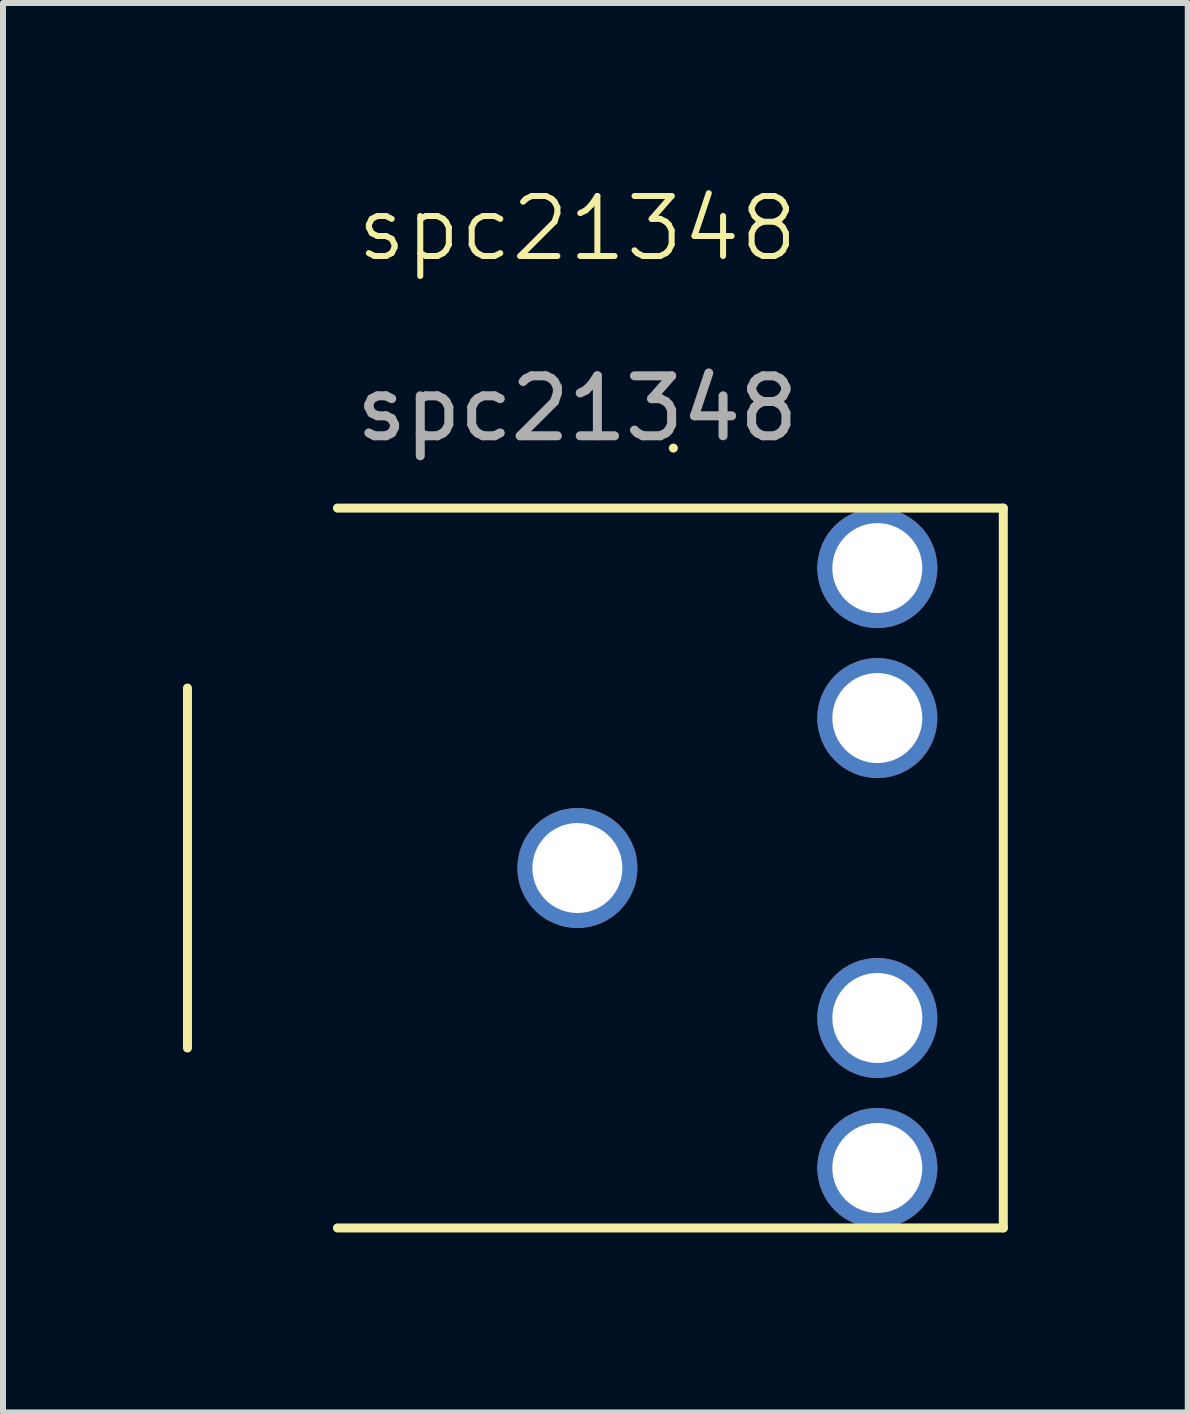
<source format=kicad_pcb>
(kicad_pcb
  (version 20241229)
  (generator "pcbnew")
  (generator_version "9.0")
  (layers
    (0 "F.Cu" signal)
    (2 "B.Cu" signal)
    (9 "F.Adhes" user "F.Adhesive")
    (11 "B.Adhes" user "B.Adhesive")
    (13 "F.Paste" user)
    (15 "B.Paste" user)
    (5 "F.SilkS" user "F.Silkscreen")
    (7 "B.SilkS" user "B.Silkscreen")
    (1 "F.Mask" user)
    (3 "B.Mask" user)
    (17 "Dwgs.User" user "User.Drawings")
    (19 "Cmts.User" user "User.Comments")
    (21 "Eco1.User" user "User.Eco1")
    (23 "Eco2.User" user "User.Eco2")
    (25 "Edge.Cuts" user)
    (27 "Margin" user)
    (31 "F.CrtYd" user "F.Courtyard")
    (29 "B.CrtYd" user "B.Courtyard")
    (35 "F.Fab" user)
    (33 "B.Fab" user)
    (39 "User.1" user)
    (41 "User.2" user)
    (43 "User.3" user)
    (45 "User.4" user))
  (footprint "spc21348"
    (layer "F.Cu")
    (at 6.575 1.26)
    (property "Reference" "spc21348" (at 0 -0.5 0) (unlocked yes) (layer "F.SilkS") (effects (font (size 1 1) (thickness 0.1))))
    (attr through_hole)
    (fp_line (start -6.5 13.16) (end -6.5 7.16) (stroke (width 0.15) (type solid)) (layer "F.SilkS"))
    (fp_line (start -4 4.16) (end 7.1 4.16) (stroke (width 0.15) (type solid)) (layer "F.SilkS"))
    (fp_line (start 1.6 3.16) (end 1.6 3.16) (stroke (width 0.15) (type solid)) (layer "F.SilkS"))
    (fp_line (start 7.1 4.16) (end 7.1 16.16) (stroke (width 0.15) (type solid)) (layer "F.SilkS"))
    (fp_line (start 7.1 16.16) (end -4 16.16) (stroke (width 0.15) (type solid)) (layer "F.SilkS"))
    (fp_text user "${REFERENCE}" (at 0 2.5 0) (unlocked yes) (layer "F.Fab") (effects (font (size 1 1) (thickness 0.15))))
    (pad "1" thru_hole circle (at 5 5.16) (size 2 2) (drill 1.5) (layers "*.Cu" "*.Mask"))
    (pad "2" thru_hole circle (at 5 15.16) (size 2 2) (drill 1.5) (layers "*.Cu" "*.Mask"))
    (pad "3" thru_hole circle (at 0 10.16) (size 2 2) (drill 1.5) (layers "*.Cu" "*.Mask"))
    (pad "4" thru_hole circle (at 5 7.66) (size 2 2) (drill 1.5) (layers "*.Cu" "*.Mask"))
    (pad "5" thru_hole circle (at 5 12.66) (size 2 2) (drill 1.5) (layers "*.Cu" "*.Mask")))
  (gr_rect
    (start -3 -3)
    (end 16.75 20.495)
    (stroke (width 0.1) (type default))
    (fill no)
    (layer "Edge.Cuts")))
</source>
